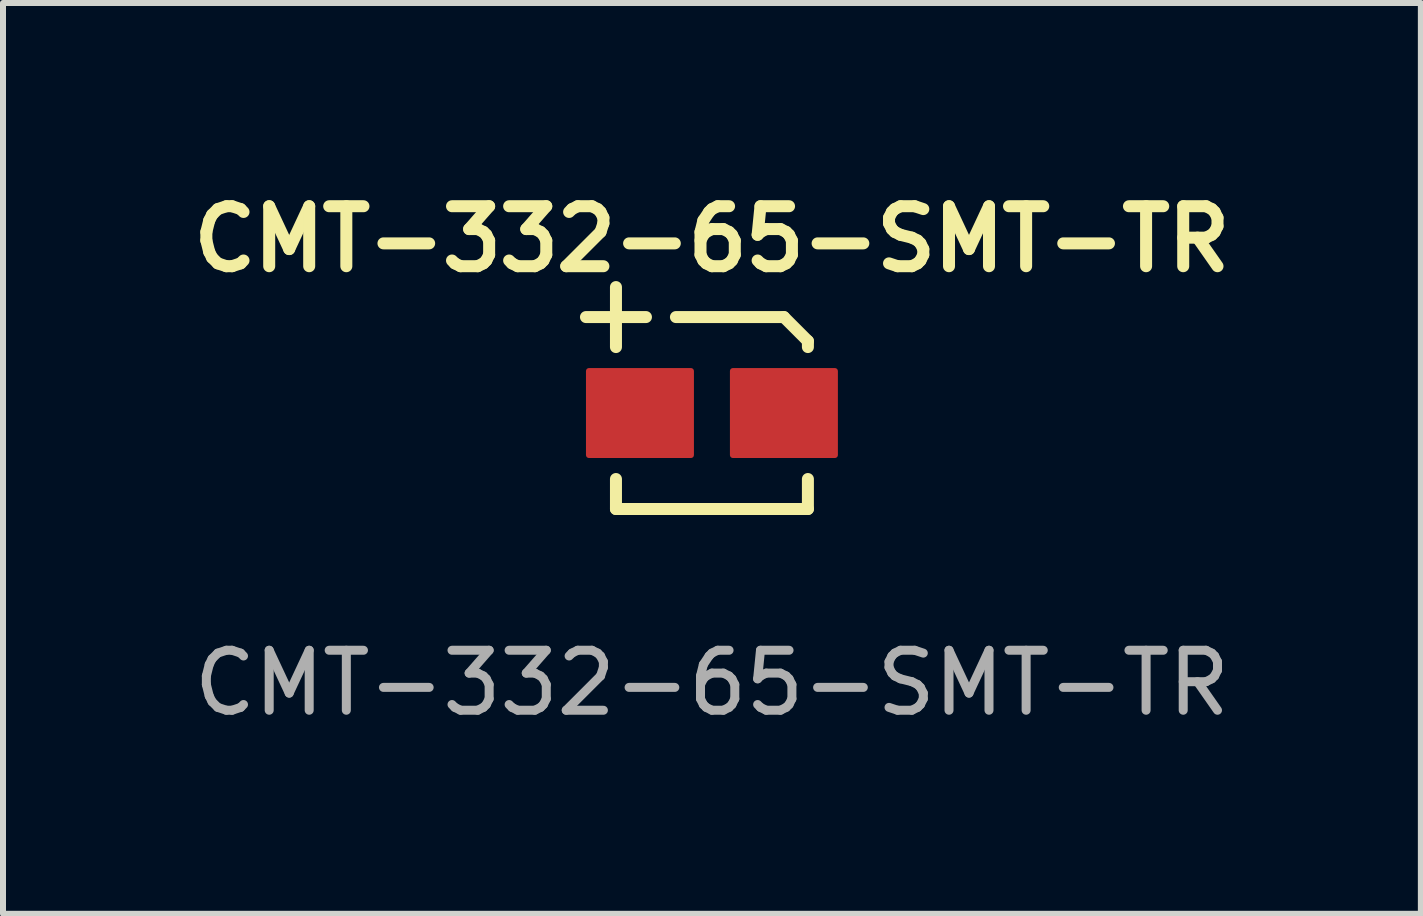
<source format=kicad_pcb>
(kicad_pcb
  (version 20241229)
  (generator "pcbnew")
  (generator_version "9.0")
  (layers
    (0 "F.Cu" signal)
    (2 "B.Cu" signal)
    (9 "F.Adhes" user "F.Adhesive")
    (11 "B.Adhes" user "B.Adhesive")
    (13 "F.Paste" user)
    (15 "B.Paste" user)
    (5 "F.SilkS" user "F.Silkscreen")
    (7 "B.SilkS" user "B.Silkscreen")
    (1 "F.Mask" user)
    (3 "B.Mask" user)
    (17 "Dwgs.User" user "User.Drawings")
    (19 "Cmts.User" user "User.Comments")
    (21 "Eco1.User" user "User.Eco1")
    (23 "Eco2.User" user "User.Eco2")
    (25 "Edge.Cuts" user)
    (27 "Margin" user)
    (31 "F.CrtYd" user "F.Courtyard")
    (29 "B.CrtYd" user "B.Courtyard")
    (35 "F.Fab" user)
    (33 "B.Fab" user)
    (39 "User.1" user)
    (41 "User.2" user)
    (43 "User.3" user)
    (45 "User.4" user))
  (footprint "CMT-332-65-SMT-TR"
    (layer "F.Cu")
    (at 8.819 3.836)
    (property "Reference" "CMT-332-65-SMT-TR" (at 0 -2.9 0) (unlocked yes) (layer "F.SilkS") (effects (font (size 1 1) (thickness 0.2) (bold yes))))
    (attr through_hole)
    (fp_line (start -2.1 -1.6) (end -1.1 -1.6) (stroke (width 0.2) (type default)) (layer "F.SilkS"))
    (fp_line (start -1.6 -2.1) (end -1.6 -1.1) (stroke (width 0.2) (type default)) (layer "F.SilkS"))
    (fp_line (start -1.6 1.1) (end -1.6 1.6) (stroke (width 0.2) (type default)) (layer "F.SilkS"))
    (fp_line (start 1.2 -1.6) (end -0.6 -1.6) (stroke (width 0.2) (type default)) (layer "F.SilkS"))
    (fp_line (start 1.2 -1.6) (end 1.6 -1.2) (stroke (width 0.2) (type default)) (layer "F.SilkS"))
    (fp_line (start 1.6 -1.2) (end 1.6 -1.1) (stroke (width 0.2) (type default)) (layer "F.SilkS"))
    (fp_line (start 1.6 1.1) (end 1.6 1.6) (stroke (width 0.2) (type default)) (layer "F.SilkS"))
    (fp_line (start 1.6 1.6) (end -1.6 1.6) (stroke (width 0.2) (type default)) (layer "F.SilkS"))
    (fp_text user "${REFERENCE}" (at 0 4.5 0) (unlocked yes) (layer "F.Fab") (effects (font (size 1 1) (thickness 0.15))))
    (pad "1" smd roundrect (at -1.2 0 180) (size 1.8 1.5) (layers "F.Cu" "F.Mask" "F.Paste") (roundrect_rratio 0.033))
    (pad "2" smd roundrect (at 1.2 0 180) (size 1.8 1.5) (layers "F.Cu" "F.Mask" "F.Paste") (roundrect_rratio 0.033)))
  (gr_rect
    (start -3 -3)
    (end 20.638 12.184)
    (stroke (width 0.1) (type default))
    (fill no)
    (layer "Edge.Cuts")))
</source>
